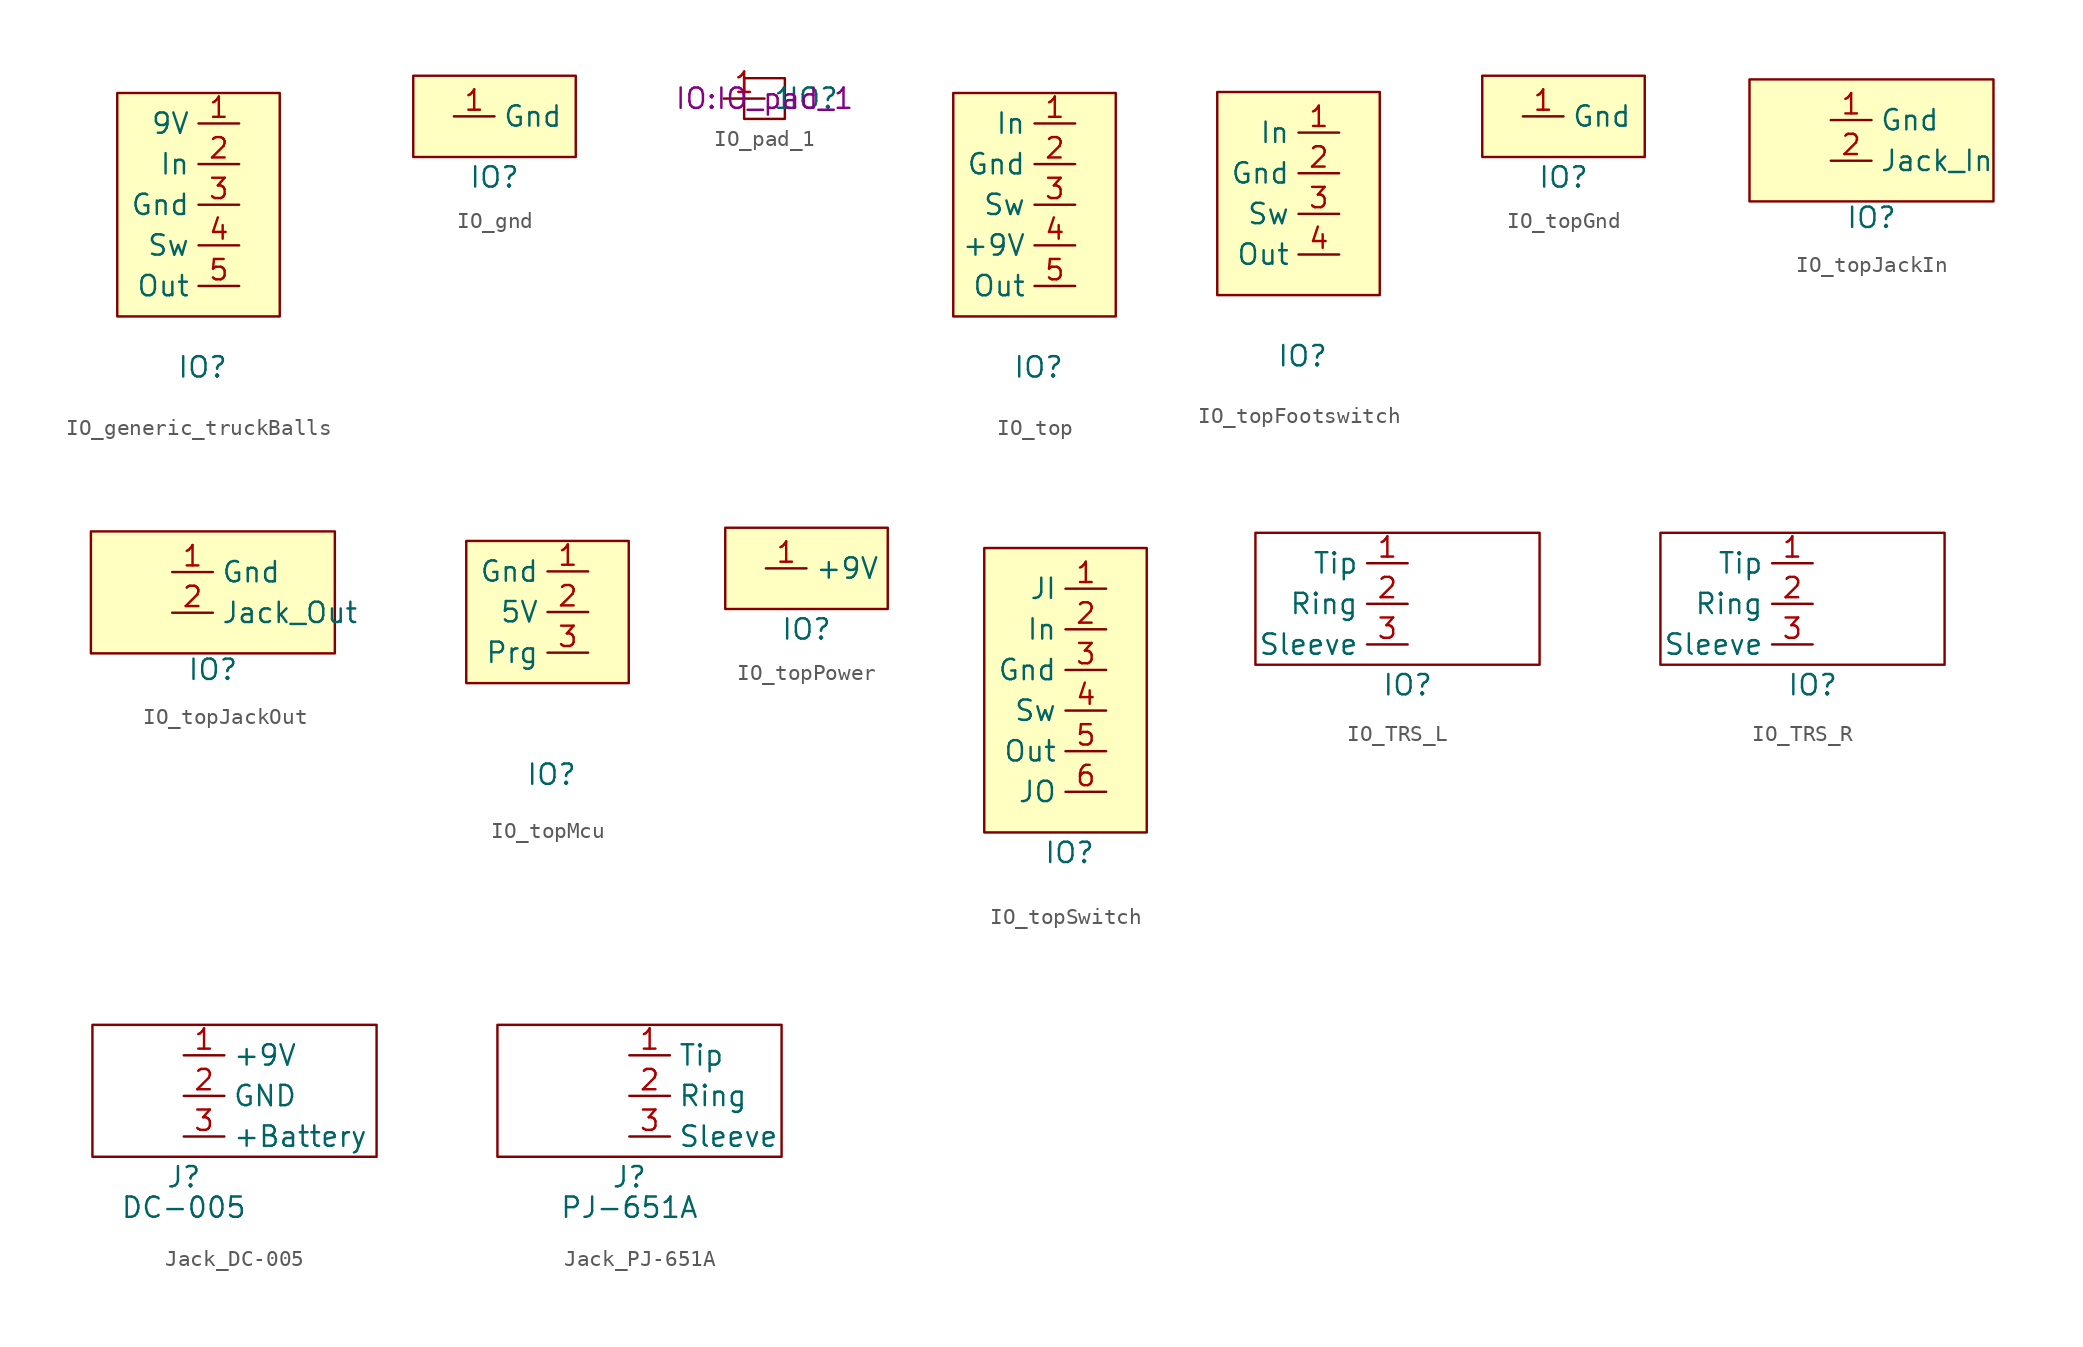
<source format=kicad_sym>
(kicad_symbol_lib
  (version 20241209)
  (generator "kicad_symbol_editor")
  (generator_version "9.0")
  (symbol "IO_generic_truckBalls"
    (property "Reference" "IO"
      (at 0.254 -10.16 0)
      (effects (font (size 1.27 1.27))))
    (symbol "IO_generic_truckBalls_1_1"
      (rectangle (start -5.08 6.985) (end 5.08 -6.985) (stroke (width 0) (type default)) (fill (type background)))
      (pin power_out line (at 2.54 5.08 180) (length 2.54) (name "9V" (effects (font (size 1.27 1.27)))) (number "1" (effects (font (size 1.27 1.27)))))
      (pin input line (at 2.54 2.54 180) (length 2.54) (name "In" (effects (font (size 1.27 1.27)))) (number "2" (effects (font (size 1.27 1.27)))))
      (pin power_in line (at 2.54 0 180) (length 2.54) (name "Gnd" (effects (font (size 1.27 1.27)))) (number "3" (effects (font (size 1.27 1.27)))))
      (pin input line (at 2.54 -2.54 180) (length 2.54) (name "Sw" (effects (font (size 1.27 1.27)))) (number "4" (effects (font (size 1.27 1.27)))))
      (pin input line (at 2.54 -5.08 180) (length 2.54) (name "Out" (effects (font (size 1.27 1.27)))) (number "5" (effects (font (size 1.27 1.27)))))))
  (symbol "IO_gnd"
    (property "Reference" "IO"
      (at 0 -3.81 0)
      (effects (font (size 1.27 1.27))))
    (property "Value" ""
      (at 0 0 0)
      (effects (font (size 1.27 1.27))))
    (symbol "IO_gnd_1_1"
      (rectangle (start -5.08 2.54) (end 5.08 -2.54) (stroke (width 0) (type default)) (fill (type background)))
      (pin power_in line (at -2.54 0 0) (length 2.54) (name "Gnd" (effects (font (size 1.27 1.27)))) (number "1" (effects (font (size 1.27 1.27)))))))
  (symbol "IO_pad_1"
    (property "Reference" "IO"
      (at 3.048 0 0)
      (effects (font (size 1.27 1.27))))
    (property "Value" ""
      (at 0 0 0)
      (effects (font (size 1.27 1.27))))
    (property "Footprint" "IO:IO_pad_1"
      (at 0 0 0)
      (effects (font (size 1.27 1.27))))
    (symbol "IO_pad_1_0_1"
      (rectangle (start -1.27 1.27) (end 1.27 -1.27) (stroke (width 0) (type default)) (fill (type none))))
    (symbol "IO_pad_1_1_1"
      (pin unspecified line (at -2.54 0 0) (length 2.54) (name "1" (effects (font (size 1.27 1.27)))) (number "1" (effects (font (size 1.27 1.27)))))))
  (symbol "IO_top"
    (property "Reference" "IO"
      (at 0.254 -10.16 0)
      (effects (font (size 1.27 1.27))))
    (symbol "IO_top_1_1"
      (rectangle (start -5.08 6.985) (end 5.08 -6.985) (stroke (width 0) (type default)) (fill (type background)))
      (pin input line (at 2.54 5.08 180) (length 2.54) (name "In" (effects (font (size 1.27 1.27)))) (number "1" (effects (font (size 1.27 1.27)))))
      (pin power_in line (at 2.54 2.54 180) (length 2.54) (name "Gnd" (effects (font (size 1.27 1.27)))) (number "2" (effects (font (size 1.27 1.27)))))
      (pin input line (at 2.54 0 180) (length 2.54) (name "Sw" (effects (font (size 1.27 1.27)))) (number "3" (effects (font (size 1.27 1.27)))))
      (pin power_out line (at 2.54 -2.54 180) (length 2.54) (name "+9V" (effects (font (size 1.27 1.27)))) (number "4" (effects (font (size 1.27 1.27)))))
      (pin input line (at 2.54 -5.08 180) (length 2.54) (name "Out" (effects (font (size 1.27 1.27)))) (number "5" (effects (font (size 1.27 1.27)))))))
  (symbol "IO_topFootswitch"
    (property "Reference" "IO"
      (at 0.254 -10.16 0)
      (effects (font (size 1.27 1.27))))
    (symbol "IO_topFootswitch_1_1"
      (rectangle (start -5.08 6.35) (end 5.08 -6.35) (stroke (width 0) (type default)) (fill (type background)))
      (pin input line (at 2.54 3.81 180) (length 2.54) (name "In" (effects (font (size 1.27 1.27)))) (number "1" (effects (font (size 1.27 1.27)))))
      (pin power_in line (at 2.54 1.27 180) (length 2.54) (name "Gnd" (effects (font (size 1.27 1.27)))) (number "2" (effects (font (size 1.27 1.27)))))
      (pin input line (at 2.54 -1.27 180) (length 2.54) (name "Sw" (effects (font (size 1.27 1.27)))) (number "3" (effects (font (size 1.27 1.27)))))
      (pin input line (at 2.54 -3.81 180) (length 2.54) (name "Out" (effects (font (size 1.27 1.27)))) (number "4" (effects (font (size 1.27 1.27)))))))
  (symbol "IO_topGnd"
    (property "Reference" "IO"
      (at 0 -3.81 0)
      (effects (font (size 1.27 1.27))))
    (property "Value" ""
      (at 0 0 0)
      (effects (font (size 1.27 1.27))))
    (symbol "IO_topGnd_1_1"
      (rectangle (start -5.08 2.54) (end 5.08 -2.54) (stroke (width 0) (type default)) (fill (type background)))
      (pin power_in line (at -2.54 0 0) (length 2.54) (name "Gnd" (effects (font (size 1.27 1.27)))) (number "1" (effects (font (size 1.27 1.27)))))))
  (symbol "IO_topJackIn"
    (property "Reference" "IO"
      (at 0 -4.826 0)
      (effects (font (size 1.27 1.27))))
    (property "Value" ""
      (at 0 0 0)
      (effects (font (size 1.27 1.27))))
    (symbol "IO_topJackIn_1_1"
      (rectangle (start -7.62 3.81) (end 7.62 -3.81) (stroke (width 0) (type default)) (fill (type background)))
      (pin power_out line (at -2.54 1.27 0) (length 2.54) (name "Gnd" (effects (font (size 1.27 1.27)))) (number "1" (effects (font (size 1.27 1.27)))))
      (pin output line (at -2.54 -1.27 0) (length 2.54) (name "Jack_In" (effects (font (size 1.27 1.27)))) (number "2" (effects (font (size 1.27 1.27)))))))
  (symbol "IO_topJackOut"
    (property "Reference" "IO"
      (at 0 -4.826 0)
      (effects (font (size 1.27 1.27))))
    (property "Value" ""
      (at 0 0 0)
      (effects (font (size 1.27 1.27))))
    (symbol "IO_topJackOut_1_1"
      (rectangle (start -7.62 3.81) (end 7.62 -3.81) (stroke (width 0) (type default)) (fill (type background)))
      (pin power_in line (at -2.54 1.27 0) (length 2.54) (name "Gnd" (effects (font (size 1.27 1.27)))) (number "1" (effects (font (size 1.27 1.27)))))
      (pin output line (at -2.54 -1.27 0) (length 2.54) (name "Jack_Out" (effects (font (size 1.27 1.27)))) (number "2" (effects (font (size 1.27 1.27)))))))
  (symbol "IO_topMcu"
    (property "Reference" "IO"
      (at 0.254 -10.16 0)
      (effects (font (size 1.27 1.27))))
    (symbol "IO_topMcu_1_1"
      (rectangle (start -5.08 4.445) (end 5.08 -4.445) (stroke (width 0) (type default)) (fill (type background)))
      (pin power_in line (at 2.54 2.54 180) (length 2.54) (name "Gnd" (effects (font (size 1.27 1.27)))) (number "1" (effects (font (size 1.27 1.27)))))
      (pin power_out line (at 2.54 0 180) (length 2.54) (name "5V" (effects (font (size 1.27 1.27)))) (number "2" (effects (font (size 1.27 1.27)))))
      (pin passive line (at 2.54 -2.54 180) (length 2.54) (name "Prg" (effects (font (size 1.27 1.27)))) (number "3" (effects (font (size 1.27 1.27)))))))
  (symbol "IO_topPower"
    (property "Reference" "IO"
      (at 0 -3.81 0)
      (effects (font (size 1.27 1.27))))
    (property "Value" ""
      (at 0 0 0)
      (effects (font (size 1.27 1.27))))
    (symbol "IO_topPower_1_1"
      (rectangle (start -5.08 2.54) (end 5.08 -2.54) (stroke (width 0) (type default)) (fill (type background)))
      (pin power_out line (at -2.54 0 0) (length 2.54) (name "+9V" (effects (font (size 1.27 1.27)))) (number "1" (effects (font (size 1.27 1.27)))))))
  (symbol "IO_topSwitch"
    (property "Reference" "IO"
      (at 0.254 -10.16 0)
      (effects (font (size 1.27 1.27))))
    (symbol "IO_topSwitch_1_1"
      (rectangle (start -5.08 8.89) (end 5.08 -8.89) (stroke (width 0) (type default)) (fill (type background)))
      (pin input line (at 2.54 6.35 180) (length 2.54) (name "JI" (effects (font (size 1.27 1.27)))) (number "1" (effects (font (size 1.27 1.27)))))
      (pin input line (at 2.54 3.81 180) (length 2.54) (name "In" (effects (font (size 1.27 1.27)))) (number "2" (effects (font (size 1.27 1.27)))))
      (pin power_in line (at 2.54 1.27 180) (length 2.54) (name "Gnd" (effects (font (size 1.27 1.27)))) (number "3" (effects (font (size 1.27 1.27)))))
      (pin power_out line (at 2.54 -1.27 180) (length 2.54) (name "Sw" (effects (font (size 1.27 1.27)))) (number "4" (effects (font (size 1.27 1.27)))))
      (pin input line (at 2.54 -3.81 180) (length 2.54) (name "Out" (effects (font (size 1.27 1.27)))) (number "5" (effects (font (size 1.27 1.27)))))
      (pin input line (at 2.54 -6.35 180) (length 2.54) (name "JO" (effects (font (size 1.27 1.27)))) (number "6" (effects (font (size 1.27 1.27)))))))
  (symbol "IO_TRS_L"
    (property "Reference" "IO"
      (at 0 -5.08 0)
      (effects (font (size 1.27 1.27))))
    (symbol "IO_TRS_L_0_1"
      (rectangle (start -9.525 4.445) (end 8.255 -3.81) (stroke (width 0) (type default)) (fill (type none))))
    (symbol "IO_TRS_L_1_1"
      (pin output line (at 0 2.54 180) (length 2.54) (name "Tip" (effects (font (size 1.27 1.27)))) (number "1" (effects (font (size 1.27 1.27)))))
      (pin output line (at 0 0 180) (length 2.54) (name "Ring" (effects (font (size 1.27 1.27)))) (number "2" (effects (font (size 1.27 1.27)))))
      (pin output line (at 0 -2.54 180) (length 2.54) (name "Sleeve" (effects (font (size 1.27 1.27)))) (number "3" (effects (font (size 1.27 1.27)))))))
  (symbol "IO_TRS_R"
    (property "Reference" "IO"
      (at 0 -5.08 0)
      (effects (font (size 1.27 1.27))))
    (symbol "IO_TRS_R_0_1"
      (rectangle (start -9.525 4.445) (end 8.255 -3.81) (stroke (width 0) (type default)) (fill (type none))))
    (symbol "IO_TRS_R_1_1"
      (pin output line (at 0 2.54 180) (length 2.54) (name "Tip" (effects (font (size 1.27 1.27)))) (number "1" (effects (font (size 1.27 1.27)))))
      (pin output line (at 0 0 180) (length 2.54) (name "Ring" (effects (font (size 1.27 1.27)))) (number "2" (effects (font (size 1.27 1.27)))))
      (pin output line (at 0 -2.54 180) (length 2.54) (name "Sleeve" (effects (font (size 1.27 1.27)))) (number "3" (effects (font (size 1.27 1.27)))))))
  (symbol "Jack_DC-005"
    (property "Reference" "J"
      (at 0 -5.08 0)
      (effects (font (size 1.27 1.27))))
    (property "Value" "DC-005"
      (at 0 -6.985 0)
      (effects (font (size 1.27 1.27))))
    (symbol "Jack_DC-005_0_1"
      (rectangle (start -5.715 4.445) (end 12.065 -3.81) (stroke (width 0) (type default)) (fill (type none))))
    (symbol "Jack_DC-005_1_1"
      (pin output line (at 0 2.54 0) (length 2.54) (name "+9V" (effects (font (size 1.27 1.27)))) (number "1" (effects (font (size 1.27 1.27)))))
      (pin output line (at 0 0 0) (length 2.54) (name "GND" (effects (font (size 1.27 1.27)))) (number "2" (effects (font (size 1.27 1.27)))))
      (pin output line (at 0 -2.54 0) (length 2.54) (name "+Battery" (effects (font (size 1.27 1.27)))) (number "3" (effects (font (size 1.27 1.27)))))))
  (symbol "Jack_PJ-651A"
    (property "Reference" "J"
      (at 0 -5.08 0)
      (effects (font (size 1.27 1.27))))
    (property "Value" "PJ-651A"
      (at 0 -6.985 0)
      (effects (font (size 1.27 1.27))))
    (symbol "Jack_PJ-651A_0_1"
      (rectangle (start 9.525 -3.81) (end -8.255 4.445) (stroke (width 0) (type default)) (fill (type none))))
    (symbol "Jack_PJ-651A_1_1"
      (pin output line (at 0 2.54 0) (length 2.54) (name "Tip" (effects (font (size 1.27 1.27)))) (number "1" (effects (font (size 1.27 1.27)))))
      (pin output line (at 0 0 0) (length 2.54) (name "Ring" (effects (font (size 1.27 1.27)))) (number "2" (effects (font (size 1.27 1.27)))))
      (pin output line (at 0 -2.54 0) (length 2.54) (name "Sleeve" (effects (font (size 1.27 1.27)))) (number "3" (effects (font (size 1.27 1.27))))))))
</source>
